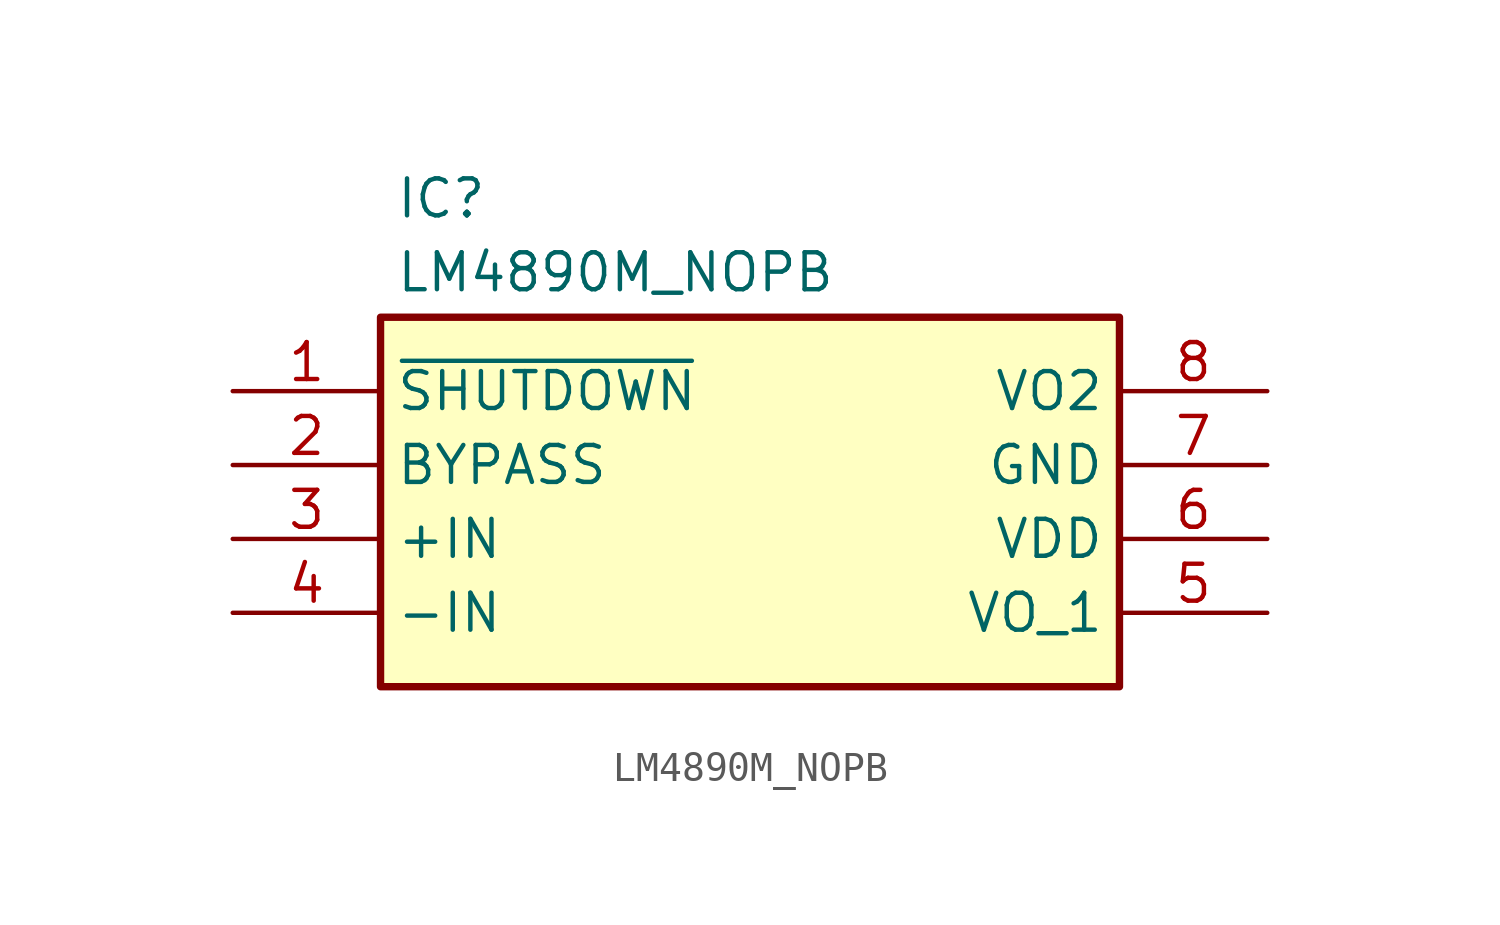
<source format=kicad_sym>
(kicad_symbol_lib
  (version 20241209)
  (generator "kicad_symbol_editor")
  (generator_version "9.0")
  (symbol "LM4890M_NOPB"
    (property "Reference" "IC"
      (at 5.588 7.366 0)
      (effects (font (size 1.27 1.27)) (justify left top)))
    (property "Value" "LM4890M_NOPB"
      (at 5.588 4.826 0)
      (effects (font (size 1.27 1.27)) (justify left top)))
    (symbol "LM4890M_NOPB_1_1"
      (rectangle (start 5.08 2.54) (end 30.48 -10.16) (stroke (width 0.254) (type default)) (fill (type background)))
      (pin passive line (at 0 0 0) (length 5.08) (name "~{SHUTDOWN}" (effects (font (size 1.27 1.27)))) (number "1" (effects (font (size 1.27 1.27)))))
      (pin passive line (at 0 -2.54 0) (length 5.08) (name "BYPASS" (effects (font (size 1.27 1.27)))) (number "2" (effects (font (size 1.27 1.27)))))
      (pin passive line (at 0 -5.08 0) (length 5.08) (name "+IN" (effects (font (size 1.27 1.27)))) (number "3" (effects (font (size 1.27 1.27)))))
      (pin passive line (at 0 -7.62 0) (length 5.08) (name "-IN" (effects (font (size 1.27 1.27)))) (number "4" (effects (font (size 1.27 1.27)))))
      (pin passive line (at 35.56 0 180) (length 5.08) (name "VO2" (effects (font (size 1.27 1.27)))) (number "8" (effects (font (size 1.27 1.27)))))
      (pin passive line (at 35.56 -2.54 180) (length 5.08) (name "GND" (effects (font (size 1.27 1.27)))) (number "7" (effects (font (size 1.27 1.27)))))
      (pin passive line (at 35.56 -5.08 180) (length 5.08) (name "VDD" (effects (font (size 1.27 1.27)))) (number "6" (effects (font (size 1.27 1.27)))))
      (pin passive line (at 35.56 -7.62 180) (length 5.08) (name "VO_1" (effects (font (size 1.27 1.27)))) (number "5" (effects (font (size 1.27 1.27))))))))
</source>
